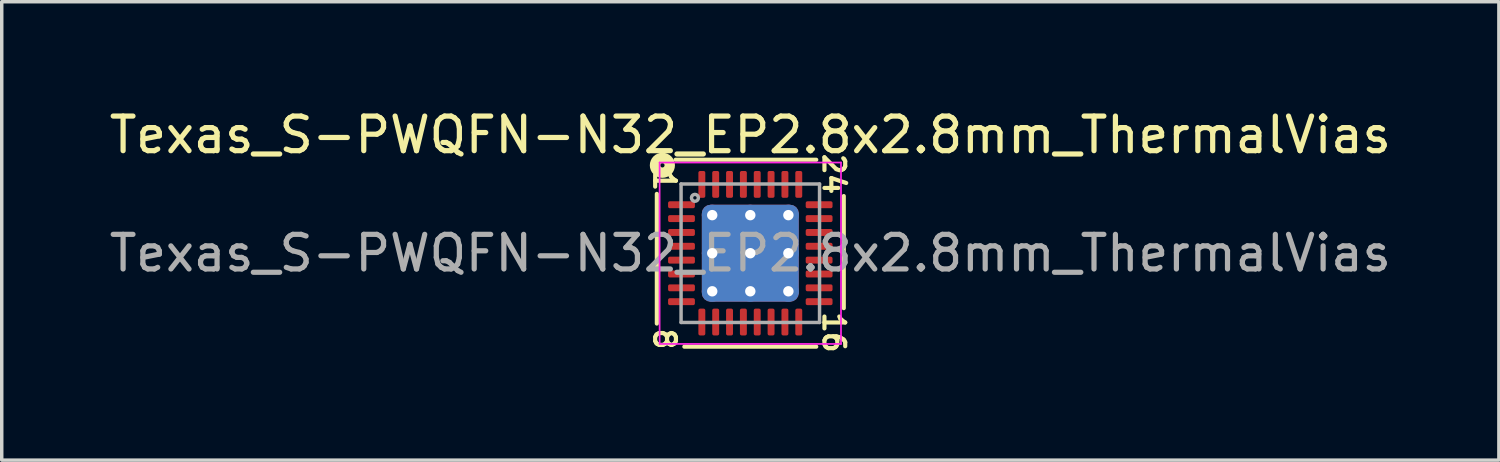
<source format=kicad_pcb>
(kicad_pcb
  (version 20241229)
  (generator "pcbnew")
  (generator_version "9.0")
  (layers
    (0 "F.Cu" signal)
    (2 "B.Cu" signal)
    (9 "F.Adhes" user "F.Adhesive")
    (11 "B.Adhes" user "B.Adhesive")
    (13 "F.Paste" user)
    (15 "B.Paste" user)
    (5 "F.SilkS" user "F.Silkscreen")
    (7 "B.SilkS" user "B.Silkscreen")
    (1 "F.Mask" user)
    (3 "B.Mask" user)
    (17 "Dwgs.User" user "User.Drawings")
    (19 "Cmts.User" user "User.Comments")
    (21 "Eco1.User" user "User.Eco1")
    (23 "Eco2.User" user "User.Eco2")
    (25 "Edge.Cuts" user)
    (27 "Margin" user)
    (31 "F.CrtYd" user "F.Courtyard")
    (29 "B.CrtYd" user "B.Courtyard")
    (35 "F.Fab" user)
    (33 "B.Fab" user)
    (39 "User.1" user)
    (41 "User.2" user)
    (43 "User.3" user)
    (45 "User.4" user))
  (footprint "Texas_S-PWQFN-N32_EP2.8x2.8mm_ThermalVias"
    (layer "F.Cu")
    (at 18.625 4.265)
    (property "Reference" "Texas_S-PWQFN-N32_EP2.8x2.8mm_ThermalVias" (at 0 -3.417 0) (layer "F.SilkS") (effects (font (size 1 1) (thickness 0.15))))
    (attr smd)
    (fp_line (start -2.7 -1.714) (end -2.7 2.032) (stroke (width 0.12) (type solid)) (layer "F.SilkS"))
    (fp_line (start -1.905 2.7) (end 1.905 2.7) (stroke (width 0.12) (type solid)) (layer "F.SilkS"))
    (fp_line (start 1.905 -2.7) (end -2.159 -2.7) (stroke (width 0.12) (type solid)) (layer "F.SilkS"))
    (fp_line (start 2.7 1.587) (end 2.7 -1.651) (stroke (width 0.12) (type solid)) (layer "F.SilkS"))
    (fp_circle (center -2.54 -2.54) (end -2.477 -2.54) (stroke (width 0.3) (type solid)) (fill no) (layer "F.SilkS"))
    (fp_line (start -2.62 -2.62) (end -2.62 2.62) (stroke (width 0.05) (type solid)) (layer "F.CrtYd"))
    (fp_line (start -2.62 2.62) (end 2.62 2.62) (stroke (width 0.05) (type solid)) (layer "F.CrtYd"))
    (fp_line (start 2.62 -2.62) (end -2.62 -2.62) (stroke (width 0.05) (type solid)) (layer "F.CrtYd"))
    (fp_line (start 2.62 2.62) (end 2.62 -2.62) (stroke (width 0.05) (type solid)) (layer "F.CrtYd"))
    (fp_line (start -2 -2) (end 2 -2) (stroke (width 0.1) (type solid)) (layer "F.Fab"))
    (fp_line (start -2 2) (end -2 -2) (stroke (width 0.1) (type solid)) (layer "F.Fab"))
    (fp_line (start 2 -2) (end 2 2) (stroke (width 0.1) (type solid)) (layer "F.Fab"))
    (fp_line (start 2 2) (end -2 2) (stroke (width 0.1) (type solid)) (layer "F.Fab"))
    (fp_circle (center -1.6 -1.6) (end -1.5 -1.6) (stroke (width 0.1) (type solid)) (fill no) (layer "F.Fab"))
    (fp_text user "1" (at -2.477 -2.095 270) (unlocked yes) (layer "F.SilkS") (effects (font (size 0.6 0.6) (thickness 0.12))))
    (fp_text user "16" (at 2.413 2.286 270) (unlocked yes) (layer "F.SilkS") (effects (font (size 0.6 0.6) (thickness 0.12))))
    (fp_text user "24" (at 2.413 -2.286 270) (unlocked yes) (layer "F.SilkS") (effects (font (size 0.6 0.6) (thickness 0.12))))
    (fp_text user "8" (at -2.477 2.477 270) (unlocked yes) (layer "F.SilkS") (effects (font (size 0.6 0.6) (thickness 0.12))))
    (fp_text user "${REFERENCE}" (at 0 0 0) (layer "F.Fab") (effects (font (size 1 1) (thickness 0.15))))
    (pad "" smd roundrect (at -0.7 -0.7) (size 1.17 1.17) (layers "F.Paste") (roundrect_rratio 0.214))
    (pad "" smd roundrect (at -0.7 0.7) (size 1.17 1.17) (layers "F.Paste") (roundrect_rratio 0.214))
    (pad "" smd roundrect (at 0.7 -0.7) (size 1.17 1.17) (layers "F.Paste") (roundrect_rratio 0.214))
    (pad "" smd roundrect (at 0.7 0.7) (size 1.17 1.17) (layers "F.Paste") (roundrect_rratio 0.214))
    (pad "1" smd roundrect (at -1.988 -1.4) (size 0.775 0.2) (layers "F.Cu" "F.Mask" "F.Paste") (roundrect_rratio 0.25))
    (pad "2" smd roundrect (at -1.988 -1) (size 0.775 0.2) (layers "F.Cu" "F.Mask" "F.Paste") (roundrect_rratio 0.25))
    (pad "3" smd roundrect (at -1.988 -0.6) (size 0.775 0.2) (layers "F.Cu" "F.Mask" "F.Paste") (roundrect_rratio 0.25))
    (pad "4" smd roundrect (at -1.988 -0.2) (size 0.775 0.2) (layers "F.Cu" "F.Mask" "F.Paste") (roundrect_rratio 0.25))
    (pad "5" smd roundrect (at -1.988 0.2) (size 0.775 0.2) (layers "F.Cu" "F.Mask" "F.Paste") (roundrect_rratio 0.25))
    (pad "6" smd roundrect (at -1.988 0.6) (size 0.775 0.2) (layers "F.Cu" "F.Mask" "F.Paste") (roundrect_rratio 0.25))
    (pad "7" smd roundrect (at -1.988 1) (size 0.775 0.2) (layers "F.Cu" "F.Mask" "F.Paste") (roundrect_rratio 0.25))
    (pad "8" smd roundrect (at -1.988 1.4) (size 0.775 0.2) (layers "F.Cu" "F.Mask" "F.Paste") (roundrect_rratio 0.25))
    (pad "9" smd roundrect (at -1.4 1.988) (size 0.2 0.775) (layers "F.Cu" "F.Mask" "F.Paste") (roundrect_rratio 0.25))
    (pad "10" smd roundrect (at -1 1.988) (size 0.2 0.775) (layers "F.Cu" "F.Mask" "F.Paste") (roundrect_rratio 0.25))
    (pad "11" smd roundrect (at -0.6 1.988) (size 0.2 0.775) (layers "F.Cu" "F.Mask" "F.Paste") (roundrect_rratio 0.25))
    (pad "12" smd roundrect (at -0.2 1.988) (size 0.2 0.775) (layers "F.Cu" "F.Mask" "F.Paste") (roundrect_rratio 0.25))
    (pad "13" smd roundrect (at 0.2 1.988) (size 0.2 0.775) (layers "F.Cu" "F.Mask" "F.Paste") (roundrect_rratio 0.25))
    (pad "14" smd roundrect (at 0.6 1.988) (size 0.2 0.775) (layers "F.Cu" "F.Mask" "F.Paste") (roundrect_rratio 0.25))
    (pad "15" smd roundrect (at 1 1.988) (size 0.2 0.775) (layers "F.Cu" "F.Mask" "F.Paste") (roundrect_rratio 0.25))
    (pad "16" smd roundrect (at 1.4 1.988) (size 0.2 0.775) (layers "F.Cu" "F.Mask" "F.Paste") (roundrect_rratio 0.25))
    (pad "17" smd roundrect (at 1.988 1.4) (size 0.775 0.2) (layers "F.Cu" "F.Mask" "F.Paste") (roundrect_rratio 0.25))
    (pad "18" smd roundrect (at 1.988 1) (size 0.775 0.2) (layers "F.Cu" "F.Mask" "F.Paste") (roundrect_rratio 0.25))
    (pad "19" smd roundrect (at 1.988 0.6) (size 0.775 0.2) (layers "F.Cu" "F.Mask" "F.Paste") (roundrect_rratio 0.25))
    (pad "20" smd roundrect (at 1.988 0.2) (size 0.775 0.2) (layers "F.Cu" "F.Mask" "F.Paste") (roundrect_rratio 0.25))
    (pad "21" smd roundrect (at 1.988 -0.2) (size 0.775 0.2) (layers "F.Cu" "F.Mask" "F.Paste") (roundrect_rratio 0.25))
    (pad "22" smd roundrect (at 1.988 -0.6) (size 0.775 0.2) (layers "F.Cu" "F.Mask" "F.Paste") (roundrect_rratio 0.25))
    (pad "23" smd roundrect (at 1.988 -1) (size 0.775 0.2) (layers "F.Cu" "F.Mask" "F.Paste") (roundrect_rratio 0.25))
    (pad "24" smd roundrect (at 1.988 -1.4) (size 0.775 0.2) (layers "F.Cu" "F.Mask" "F.Paste") (roundrect_rratio 0.25))
    (pad "25" smd roundrect (at 1.4 -1.988) (size 0.2 0.775) (layers "F.Cu" "F.Mask" "F.Paste") (roundrect_rratio 0.25))
    (pad "26" smd roundrect (at 1 -1.988) (size 0.2 0.775) (layers "F.Cu" "F.Mask" "F.Paste") (roundrect_rratio 0.25))
    (pad "27" smd roundrect (at 0.6 -1.988) (size 0.2 0.775) (layers "F.Cu" "F.Mask" "F.Paste") (roundrect_rratio 0.25))
    (pad "28" smd roundrect (at 0.2 -1.988) (size 0.2 0.775) (layers "F.Cu" "F.Mask" "F.Paste") (roundrect_rratio 0.25))
    (pad "29" smd roundrect (at -0.2 -1.988) (size 0.2 0.775) (layers "F.Cu" "F.Mask" "F.Paste") (roundrect_rratio 0.25))
    (pad "30" smd roundrect (at -0.6 -1.988) (size 0.2 0.775) (layers "F.Cu" "F.Mask" "F.Paste") (roundrect_rratio 0.25))
    (pad "31" smd roundrect (at -1 -1.988) (size 0.2 0.775) (layers "F.Cu" "F.Mask" "F.Paste") (roundrect_rratio 0.25))
    (pad "32" smd roundrect (at -1.4 -1.988) (size 0.2 0.775) (layers "F.Cu" "F.Mask" "F.Paste") (roundrect_rratio 0.25))
    (pad "33" thru_hole circle (at -1.1 -1.1) (size 0.6 0.6) (drill 0.3) (property pad_prop_heatsink) (layers "*.Cu"))
    (pad "33" thru_hole circle (at -1.1 0) (size 0.6 0.6) (drill 0.3) (property pad_prop_heatsink) (layers "*.Cu"))
    (pad "33" thru_hole circle (at -1.1 1.1) (size 0.6 0.6) (drill 0.3) (property pad_prop_heatsink) (layers "*.Cu"))
    (pad "33" thru_hole circle (at 0 -1.1) (size 0.6 0.6) (drill 0.3) (property pad_prop_heatsink) (layers "*.Cu"))
    (pad "33" thru_hole circle (at 0 0) (size 0.6 0.6) (drill 0.3) (property pad_prop_heatsink) (layers "*.Cu"))
    (pad "33" smd roundrect (at 0 0) (size 2.8 2.8) (layers "F.Cu" "F.Mask") (roundrect_rratio 0.089))
    (pad "33" smd roundrect (at 0 0) (size 2.8 2.8) (layers "B.Cu" "B.Mask") (roundrect_rratio 0.089))
    (pad "33" thru_hole circle (at 0 1.1) (size 0.6 0.6) (drill 0.3) (property pad_prop_heatsink) (layers "*.Cu"))
    (pad "33" thru_hole circle (at 1.1 -1.1) (size 0.6 0.6) (drill 0.3) (property pad_prop_heatsink) (layers "*.Cu"))
    (pad "33" thru_hole circle (at 1.1 0) (size 0.6 0.6) (drill 0.3) (property pad_prop_heatsink) (layers "*.Cu"))
    (pad "33" thru_hole circle (at 1.1 1.1) (size 0.6 0.6) (drill 0.3) (property pad_prop_heatsink) (layers "*.Cu")))
  (gr_rect
    (start -3 -3)
    (end 40.25 10.242)
    (stroke (width 0.1) (type default))
    (fill no)
    (layer "Edge.Cuts")))
</source>
